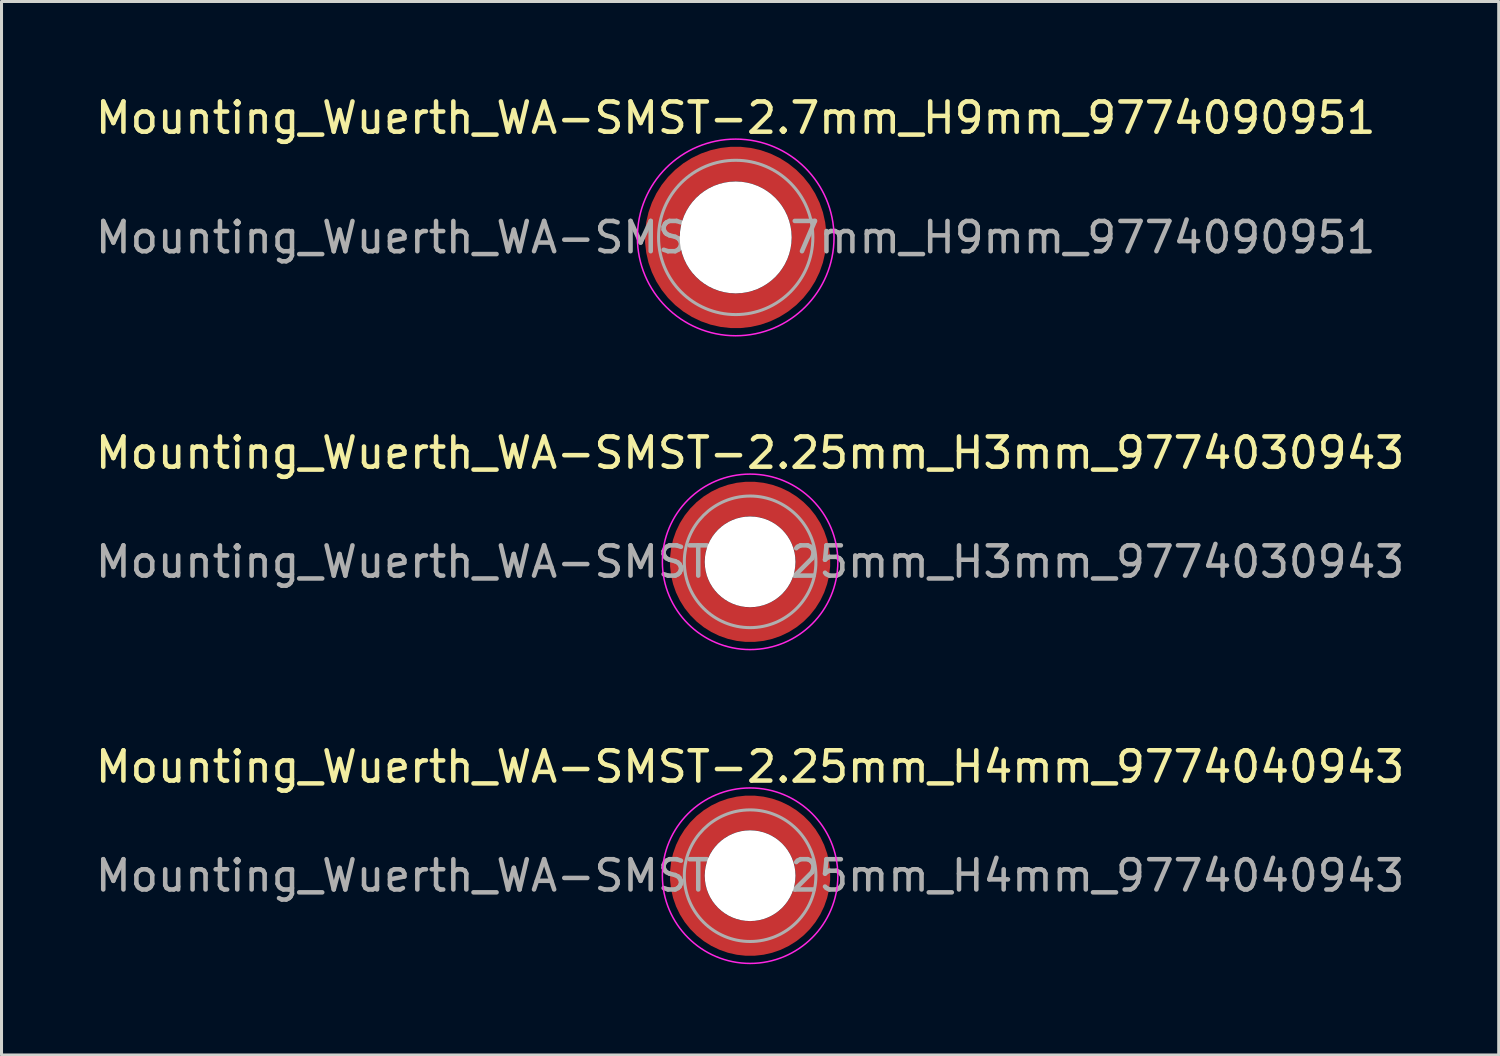
<source format=kicad_pcb>
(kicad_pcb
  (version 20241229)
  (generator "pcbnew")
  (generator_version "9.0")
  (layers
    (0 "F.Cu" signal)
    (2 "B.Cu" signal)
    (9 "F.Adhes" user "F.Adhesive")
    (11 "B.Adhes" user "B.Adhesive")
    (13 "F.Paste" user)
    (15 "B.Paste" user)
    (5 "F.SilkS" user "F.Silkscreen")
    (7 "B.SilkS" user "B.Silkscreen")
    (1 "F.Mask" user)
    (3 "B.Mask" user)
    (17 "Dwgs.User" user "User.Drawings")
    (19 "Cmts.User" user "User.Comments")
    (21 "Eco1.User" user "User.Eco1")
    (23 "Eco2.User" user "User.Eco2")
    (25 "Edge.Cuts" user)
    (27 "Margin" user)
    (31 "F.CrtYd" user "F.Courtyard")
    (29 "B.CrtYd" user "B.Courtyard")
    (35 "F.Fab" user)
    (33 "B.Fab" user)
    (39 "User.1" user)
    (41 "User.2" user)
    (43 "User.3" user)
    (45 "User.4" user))
  (footprint "Mounting_Wuerth_WA-SMST-2.25mm_H4mm_9774040943"
    (layer "F.Cu")
    (at 21.744 25.895)
    (property "Reference" "Mounting_Wuerth_WA-SMST-2.25mm_H4mm_9774040943" (at 0 -3.6 0) (layer "F.SilkS") (effects (font (size 1 1) (thickness 0.15))))
    (attr smd)
    (fp_circle (center 0 0) (end 2.9 0) (stroke (width 0.05) (type solid)) (fill no) (layer "F.CrtYd"))
    (fp_circle (center 0 0) (end 2.175 0) (stroke (width 0.1) (type solid)) (fill no) (layer "F.Fab"))
    (fp_text user "${REFERENCE}" (at 0 0 0) (layer "F.Fab") (effects (font (size 1 1) (thickness 0.15))))
    (pad "" smd custom (at -1.453 -1.453) (size 0.61 0.61) (layers "F.Paste") (options (anchor circle)) (primitives (gr_arc (start -0.147677 1.053104) (mid 0.285964 0.286792) (end 1.051968 -0.147393) (width 0.2)) (gr_arc (start -0.240295 1.053104) (mid 0.22253 0.222946) (end 1.052531 -0.24016) (width 0.2)) (gr_arc (start -0.332645 1.053104) (mid 0.158548 0.15965) (end 1.051583 -0.332304) (width 0.2)) (gr_arc (start -0.424767 1.053104) (mid 0.09486 0.096059) (end 1.051446 -0.424413) (width 0.2)) (gr_arc (start -0.516693 1.053104) (mid 0.031293 0.032346) (end 1.051645 -0.516396) (width 0.2)) (gr_arc (start -0.608448 1.053104) (mid -0.032323 -0.031316) (end 1.051707 -0.608176) (width 0.2)) (gr_arc (start -0.700056 1.053104) (mid -0.09616 -0.094758) (end 1.051155 -0.699693) (width 0.2)) (gr_arc (start -0.791534 1.053104) (mid -0.160388 -0.15781) (end 1.049515 -0.790891) (width 0.2)) (gr_arc (start -0.882896 1.053104) (mid -0.223713 -0.221764) (end 1.050388 -0.882429) (width 0.2)) (gr_arc (start -0.974157 1.053104) (mid -0.287654 -0.285101) (end 1.049541 -0.973567) (width 0.2)) (gr_line (start 1.053 -0.148) (end 1.053 -0.974) (width 0.2)) (gr_line (start -0.148 1.053) (end -0.974 1.053) (width 0.2))))
    (pad "" smd custom (at -1.453 1.453) (size 0.61 0.61) (layers "F.Paste") (options (anchor circle)) (primitives (gr_arc (start 1.053104 0.147677) (mid 0.286792 -0.285964) (end -0.147393 -1.051968) (width 0.2)) (gr_arc (start 1.053104 0.240295) (mid 0.222946 -0.22253) (end -0.24016 -1.052531) (width 0.2)) (gr_arc (start 1.053104 0.332645) (mid 0.15965 -0.158548) (end -0.332304 -1.051583) (width 0.2)) (gr_arc (start 1.053104 0.424767) (mid 0.096059 -0.09486) (end -0.424413 -1.051446) (width 0.2)) (gr_arc (start 1.053104 0.516693) (mid 0.032346 -0.031293) (end -0.516396 -1.051645) (width 0.2)) (gr_arc (start 1.053104 0.608448) (mid -0.031316 0.032323) (end -0.608176 -1.051707) (width 0.2)) (gr_arc (start 1.053104 0.700056) (mid -0.094758 0.09616) (end -0.699693 -1.051155) (width 0.2)) (gr_arc (start 1.053104 0.791534) (mid -0.15781 0.160388) (end -0.790891 -1.049515) (width 0.2)) (gr_arc (start 1.053104 0.882896) (mid -0.221764 0.223713) (end -0.882429 -1.050388) (width 0.2)) (gr_arc (start 1.053104 0.974157) (mid -0.285101 0.287654) (end -0.973567 -1.049541) (width 0.2)) (gr_line (start -0.148 -1.053) (end -0.974 -1.053) (width 0.2)) (gr_line (start 1.053 0.148) (end 1.053 0.974) (width 0.2))))
    (pad "" np_thru_hole circle (at 0 0) (size 3 3) (drill 3) (layers "*.Cu" "*.Mask"))
    (pad "" smd custom (at 1.453 -1.453) (size 0.61 0.61) (layers "F.Paste") (options (anchor circle)) (primitives (gr_arc (start -1.053104 -0.147677) (mid -0.286792 0.285964) (end 0.147393 1.051968) (width 0.2)) (gr_arc (start -1.053104 -0.240295) (mid -0.222946 0.22253) (end 0.24016 1.052531) (width 0.2)) (gr_arc (start -1.053104 -0.332645) (mid -0.15965 0.158548) (end 0.332304 1.051583) (width 0.2)) (gr_arc (start -1.053104 -0.424767) (mid -0.096059 0.09486) (end 0.424413 1.051446) (width 0.2)) (gr_arc (start -1.053104 -0.516693) (mid -0.032346 0.031293) (end 0.516396 1.051645) (width 0.2)) (gr_arc (start -1.053104 -0.608448) (mid 0.031316 -0.032323) (end 0.608176 1.051707) (width 0.2)) (gr_arc (start -1.053104 -0.700056) (mid 0.094758 -0.09616) (end 0.699693 1.051155) (width 0.2)) (gr_arc (start -1.053104 -0.791534) (mid 0.15781 -0.160388) (end 0.790891 1.049515) (width 0.2)) (gr_arc (start -1.053104 -0.882896) (mid 0.221764 -0.223713) (end 0.882429 1.050388) (width 0.2)) (gr_arc (start -1.053104 -0.974157) (mid 0.285101 -0.287654) (end 0.973567 1.049541) (width 0.2)) (gr_line (start 0.148 1.053) (end 0.974 1.053) (width 0.2)) (gr_line (start -1.053 -0.148) (end -1.053 -0.974) (width 0.2))))
    (pad "" smd custom (at 1.453 1.453) (size 0.61 0.61) (layers "F.Paste") (options (anchor circle)) (primitives (gr_arc (start 0.147677 -1.053104) (mid -0.285964 -0.286792) (end -1.051968 0.147393) (width 0.2)) (gr_arc (start 0.240295 -1.053104) (mid -0.22253 -0.222946) (end -1.052531 0.24016) (width 0.2)) (gr_arc (start 0.332645 -1.053104) (mid -0.158548 -0.15965) (end -1.051583 0.332304) (width 0.2)) (gr_arc (start 0.424767 -1.053104) (mid -0.09486 -0.096059) (end -1.051446 0.424413) (width 0.2)) (gr_arc (start 0.516693 -1.053104) (mid -0.031293 -0.032346) (end -1.051645 0.516396) (width 0.2)) (gr_arc (start 0.608448 -1.053104) (mid 0.032323 0.031316) (end -1.051707 0.608176) (width 0.2)) (gr_arc (start 0.700056 -1.053104) (mid 0.09616 0.094758) (end -1.051155 0.699693) (width 0.2)) (gr_arc (start 0.791534 -1.053104) (mid 0.160388 0.15781) (end -1.049515 0.790891) (width 0.2)) (gr_arc (start 0.882896 -1.053104) (mid 0.223713 0.221764) (end -1.050388 0.882429) (width 0.2)) (gr_arc (start 0.974157 -1.053104) (mid 0.287654 0.285101) (end -1.049541 0.973567) (width 0.2)) (gr_line (start -1.053 0.148) (end -1.053 0.974) (width 0.2)) (gr_line (start 0.148 -1.053) (end 0.974 -1.053) (width 0.2))))
    (pad "1" smd circle (at -2.075 0) (size 0.75 0.75) (layers "F.Cu"))
    (pad "1" smd circle (at 0 -2.075) (size 0.75 0.75) (layers "F.Cu"))
    (pad "1" smd circle (at 0 2.075) (size 0.75 0.75) (layers "F.Cu"))
    (pad "1" smd custom (at 2.075 0) (size 0.75 0.75) (layers "F.Cu" "F.Mask") (options (anchor circle)) (primitives (gr_circle (center -2.075 0) (end 0 0) (width 1.15) (fill no)))))
  (footprint "Mounting_Wuerth_WA-SMST-2.7mm_H9mm_9774090951"
    (layer "F.Cu")
    (at 21.268 4.798)
    (property "Reference" "Mounting_Wuerth_WA-SMST-2.7mm_H9mm_9774090951" (at 0 -3.95 0) (layer "F.SilkS") (effects (font (size 1 1) (thickness 0.15))))
    (attr smd)
    (fp_circle (center 0 0) (end 3.25 0) (stroke (width 0.05) (type solid)) (fill no) (layer "F.CrtYd"))
    (fp_circle (center 0 0) (end 2.55 0) (stroke (width 0.1) (type solid)) (fill no) (layer "F.Fab"))
    (fp_text user "${REFERENCE}" (at 0 0 0) (layer "F.Fab") (effects (font (size 1 1) (thickness 0.15))))
    (pad "" smd custom (at -1.704 -1.704) (size 0.62 0.62) (layers "F.Paste") (options (anchor circle)) (primitives (gr_arc (start -0.250195 1.279127) (mid 0.289146 0.290681) (end 1.277006 -0.249732) (width 0.2)) (gr_arc (start -0.34334 1.279127) (mid 0.224883 0.226093) (end 1.277452 -0.342992) (width 0.2)) (gr_arc (start -0.436309 1.279127) (mid 0.160537 0.16159) (end 1.277666 -0.436018) (width 0.2)) (gr_arc (start -0.529126 1.279127) (mid 0.095932 0.097343) (end 1.277167 -0.528752) (width 0.2)) (gr_arc (start -0.621807 1.279127) (mid 0.0309 0.033527) (end 1.275473 -0.621136) (width 0.2)) (gr_arc (start -0.71437 1.279127) (mid -0.03322 -0.031206) (end 1.276322 -0.713875) (width 0.2)) (gr_arc (start -0.806826 1.279127) (mid -0.097997 -0.095278) (end 1.275336 -0.806181) (width 0.2)) (gr_arc (start -0.899187 1.279127) (mid -0.161977 -0.160149) (end 1.276577 -0.898769) (width 0.2)) (gr_arc (start -0.991463 1.279127) (mid -0.226842 -0.224133) (end 1.275343 -0.990864) (width 0.2)) (gr_arc (start -1.083663 1.279127) (mid -0.291026 -0.288801) (end 1.276016 -1.083187) (width 0.2)) (gr_line (start 1.279 -0.25) (end 1.279 -1.084) (width 0.2)) (gr_line (start -0.25 1.279) (end -1.084 1.279) (width 0.2))))
    (pad "" smd custom (at -1.704 1.704) (size 0.62 0.62) (layers "F.Paste") (options (anchor circle)) (primitives (gr_arc (start 1.279127 0.250195) (mid 0.290681 -0.289146) (end -0.249732 -1.277006) (width 0.2)) (gr_arc (start 1.279127 0.34334) (mid 0.226093 -0.224883) (end -0.342992 -1.277452) (width 0.2)) (gr_arc (start 1.279127 0.436309) (mid 0.16159 -0.160537) (end -0.436018 -1.277666) (width 0.2)) (gr_arc (start 1.279127 0.529126) (mid 0.097343 -0.095932) (end -0.528752 -1.277167) (width 0.2)) (gr_arc (start 1.279127 0.621807) (mid 0.033527 -0.0309) (end -0.621136 -1.275473) (width 0.2)) (gr_arc (start 1.279127 0.71437) (mid -0.031206 0.03322) (end -0.713875 -1.276322) (width 0.2)) (gr_arc (start 1.279127 0.806826) (mid -0.095278 0.097997) (end -0.806181 -1.275336) (width 0.2)) (gr_arc (start 1.279127 0.899187) (mid -0.160149 0.161977) (end -0.898769 -1.276577) (width 0.2)) (gr_arc (start 1.279127 0.991463) (mid -0.224133 0.226842) (end -0.990864 -1.275343) (width 0.2)) (gr_arc (start 1.279127 1.083663) (mid -0.288801 0.291026) (end -1.083187 -1.276016) (width 0.2)) (gr_line (start -0.25 -1.279) (end -1.084 -1.279) (width 0.2)) (gr_line (start 1.279 0.25) (end 1.279 1.084) (width 0.2))))
    (pad "" np_thru_hole circle (at 0 0) (size 3.7 3.7) (drill 3.7) (layers "*.Cu" "*.Mask"))
    (pad "" smd custom (at 1.704 -1.704) (size 0.62 0.62) (layers "F.Paste") (options (anchor circle)) (primitives (gr_arc (start -1.279127 -0.250195) (mid -0.290681 0.289146) (end 0.249732 1.277006) (width 0.2)) (gr_arc (start -1.279127 -0.34334) (mid -0.226093 0.224883) (end 0.342992 1.277452) (width 0.2)) (gr_arc (start -1.279127 -0.436309) (mid -0.16159 0.160537) (end 0.436018 1.277666) (width 0.2)) (gr_arc (start -1.279127 -0.529126) (mid -0.097343 0.095932) (end 0.528752 1.277167) (width 0.2)) (gr_arc (start -1.279127 -0.621807) (mid -0.033527 0.0309) (end 0.621136 1.275473) (width 0.2)) (gr_arc (start -1.279127 -0.71437) (mid 0.031206 -0.03322) (end 0.713875 1.276322) (width 0.2)) (gr_arc (start -1.279127 -0.806826) (mid 0.095278 -0.097997) (end 0.806181 1.275336) (width 0.2)) (gr_arc (start -1.279127 -0.899187) (mid 0.160149 -0.161977) (end 0.898769 1.276577) (width 0.2)) (gr_arc (start -1.279127 -0.991463) (mid 0.224133 -0.226842) (end 0.990864 1.275343) (width 0.2)) (gr_arc (start -1.279127 -1.083663) (mid 0.288801 -0.291026) (end 1.083187 1.276016) (width 0.2)) (gr_line (start 0.25 1.279) (end 1.084 1.279) (width 0.2)) (gr_line (start -1.279 -0.25) (end -1.279 -1.084) (width 0.2))))
    (pad "" smd custom (at 1.704 1.704) (size 0.62 0.62) (layers "F.Paste") (options (anchor circle)) (primitives (gr_arc (start 0.250195 -1.279127) (mid -0.289146 -0.290681) (end -1.277006 0.249732) (width 0.2)) (gr_arc (start 0.34334 -1.279127) (mid -0.224883 -0.226093) (end -1.277452 0.342992) (width 0.2)) (gr_arc (start 0.436309 -1.279127) (mid -0.160537 -0.16159) (end -1.277666 0.436018) (width 0.2)) (gr_arc (start 0.529126 -1.279127) (mid -0.095932 -0.097343) (end -1.277167 0.528752) (width 0.2)) (gr_arc (start 0.621807 -1.279127) (mid -0.0309 -0.033527) (end -1.275473 0.621136) (width 0.2)) (gr_arc (start 0.71437 -1.279127) (mid 0.03322 0.031206) (end -1.276322 0.713875) (width 0.2)) (gr_arc (start 0.806826 -1.279127) (mid 0.097997 0.095278) (end -1.275336 0.806181) (width 0.2)) (gr_arc (start 0.899187 -1.279127) (mid 0.161977 0.160149) (end -1.276577 0.898769) (width 0.2)) (gr_arc (start 0.991463 -1.279127) (mid 0.226842 0.224133) (end -1.275343 0.990864) (width 0.2)) (gr_arc (start 1.083663 -1.279127) (mid 0.291026 0.288801) (end -1.276016 1.083187) (width 0.2)) (gr_line (start -1.279 0.25) (end -1.279 1.084) (width 0.2)) (gr_line (start 0.25 -1.279) (end 1.084 -1.279) (width 0.2))))
    (pad "1" smd circle (at -2.425 0) (size 0.75 0.75) (layers "F.Cu"))
    (pad "1" smd circle (at 0 -2.425) (size 0.75 0.75) (layers "F.Cu"))
    (pad "1" smd circle (at 0 2.425) (size 0.75 0.75) (layers "F.Cu"))
    (pad "1" smd custom (at 2.425 0) (size 0.75 0.75) (layers "F.Cu" "F.Mask") (options (anchor circle)) (primitives (gr_circle (center -2.425 0) (end 0 0) (width 1.15) (fill no)))))
  (footprint "Mounting_Wuerth_WA-SMST-2.25mm_H3mm_9774030943"
    (layer "F.Cu")
    (at 21.744 15.521)
    (property "Reference" "Mounting_Wuerth_WA-SMST-2.25mm_H3mm_9774030943" (at 0 -3.6 0) (layer "F.SilkS") (effects (font (size 1 1) (thickness 0.15))))
    (attr smd)
    (fp_circle (center 0 0) (end 2.9 0) (stroke (width 0.05) (type solid)) (fill no) (layer "F.CrtYd"))
    (fp_circle (center 0 0) (end 2.175 0) (stroke (width 0.1) (type solid)) (fill no) (layer "F.Fab"))
    (fp_text user "${REFERENCE}" (at 0 0 0) (layer "F.Fab") (effects (font (size 1 1) (thickness 0.15))))
    (pad "" smd custom (at -1.453 -1.453) (size 0.61 0.61) (layers "F.Paste") (options (anchor circle)) (primitives (gr_arc (start -0.147677 1.053104) (mid 0.285964 0.286792) (end 1.051968 -0.147393) (width 0.2)) (gr_arc (start -0.240295 1.053104) (mid 0.22253 0.222946) (end 1.052531 -0.24016) (width 0.2)) (gr_arc (start -0.332645 1.053104) (mid 0.158548 0.15965) (end 1.051583 -0.332304) (width 0.2)) (gr_arc (start -0.424767 1.053104) (mid 0.09486 0.096059) (end 1.051446 -0.424413) (width 0.2)) (gr_arc (start -0.516693 1.053104) (mid 0.031293 0.032346) (end 1.051645 -0.516396) (width 0.2)) (gr_arc (start -0.608448 1.053104) (mid -0.032323 -0.031316) (end 1.051707 -0.608176) (width 0.2)) (gr_arc (start -0.700056 1.053104) (mid -0.09616 -0.094758) (end 1.051155 -0.699693) (width 0.2)) (gr_arc (start -0.791534 1.053104) (mid -0.160388 -0.15781) (end 1.049515 -0.790891) (width 0.2)) (gr_arc (start -0.882896 1.053104) (mid -0.223713 -0.221764) (end 1.050388 -0.882429) (width 0.2)) (gr_arc (start -0.974157 1.053104) (mid -0.287654 -0.285101) (end 1.049541 -0.973567) (width 0.2)) (gr_line (start 1.053 -0.148) (end 1.053 -0.974) (width 0.2)) (gr_line (start -0.148 1.053) (end -0.974 1.053) (width 0.2))))
    (pad "" smd custom (at -1.453 1.453) (size 0.61 0.61) (layers "F.Paste") (options (anchor circle)) (primitives (gr_arc (start 1.053104 0.147677) (mid 0.286792 -0.285964) (end -0.147393 -1.051968) (width 0.2)) (gr_arc (start 1.053104 0.240295) (mid 0.222946 -0.22253) (end -0.24016 -1.052531) (width 0.2)) (gr_arc (start 1.053104 0.332645) (mid 0.15965 -0.158548) (end -0.332304 -1.051583) (width 0.2)) (gr_arc (start 1.053104 0.424767) (mid 0.096059 -0.09486) (end -0.424413 -1.051446) (width 0.2)) (gr_arc (start 1.053104 0.516693) (mid 0.032346 -0.031293) (end -0.516396 -1.051645) (width 0.2)) (gr_arc (start 1.053104 0.608448) (mid -0.031316 0.032323) (end -0.608176 -1.051707) (width 0.2)) (gr_arc (start 1.053104 0.700056) (mid -0.094758 0.09616) (end -0.699693 -1.051155) (width 0.2)) (gr_arc (start 1.053104 0.791534) (mid -0.15781 0.160388) (end -0.790891 -1.049515) (width 0.2)) (gr_arc (start 1.053104 0.882896) (mid -0.221764 0.223713) (end -0.882429 -1.050388) (width 0.2)) (gr_arc (start 1.053104 0.974157) (mid -0.285101 0.287654) (end -0.973567 -1.049541) (width 0.2)) (gr_line (start -0.148 -1.053) (end -0.974 -1.053) (width 0.2)) (gr_line (start 1.053 0.148) (end 1.053 0.974) (width 0.2))))
    (pad "" np_thru_hole circle (at 0 0) (size 3 3) (drill 3) (layers "*.Cu" "*.Mask"))
    (pad "" smd custom (at 1.453 -1.453) (size 0.61 0.61) (layers "F.Paste") (options (anchor circle)) (primitives (gr_arc (start -1.053104 -0.147677) (mid -0.286792 0.285964) (end 0.147393 1.051968) (width 0.2)) (gr_arc (start -1.053104 -0.240295) (mid -0.222946 0.22253) (end 0.24016 1.052531) (width 0.2)) (gr_arc (start -1.053104 -0.332645) (mid -0.15965 0.158548) (end 0.332304 1.051583) (width 0.2)) (gr_arc (start -1.053104 -0.424767) (mid -0.096059 0.09486) (end 0.424413 1.051446) (width 0.2)) (gr_arc (start -1.053104 -0.516693) (mid -0.032346 0.031293) (end 0.516396 1.051645) (width 0.2)) (gr_arc (start -1.053104 -0.608448) (mid 0.031316 -0.032323) (end 0.608176 1.051707) (width 0.2)) (gr_arc (start -1.053104 -0.700056) (mid 0.094758 -0.09616) (end 0.699693 1.051155) (width 0.2)) (gr_arc (start -1.053104 -0.791534) (mid 0.15781 -0.160388) (end 0.790891 1.049515) (width 0.2)) (gr_arc (start -1.053104 -0.882896) (mid 0.221764 -0.223713) (end 0.882429 1.050388) (width 0.2)) (gr_arc (start -1.053104 -0.974157) (mid 0.285101 -0.287654) (end 0.973567 1.049541) (width 0.2)) (gr_line (start 0.148 1.053) (end 0.974 1.053) (width 0.2)) (gr_line (start -1.053 -0.148) (end -1.053 -0.974) (width 0.2))))
    (pad "" smd custom (at 1.453 1.453) (size 0.61 0.61) (layers "F.Paste") (options (anchor circle)) (primitives (gr_arc (start 0.147677 -1.053104) (mid -0.285964 -0.286792) (end -1.051968 0.147393) (width 0.2)) (gr_arc (start 0.240295 -1.053104) (mid -0.22253 -0.222946) (end -1.052531 0.24016) (width 0.2)) (gr_arc (start 0.332645 -1.053104) (mid -0.158548 -0.15965) (end -1.051583 0.332304) (width 0.2)) (gr_arc (start 0.424767 -1.053104) (mid -0.09486 -0.096059) (end -1.051446 0.424413) (width 0.2)) (gr_arc (start 0.516693 -1.053104) (mid -0.031293 -0.032346) (end -1.051645 0.516396) (width 0.2)) (gr_arc (start 0.608448 -1.053104) (mid 0.032323 0.031316) (end -1.051707 0.608176) (width 0.2)) (gr_arc (start 0.700056 -1.053104) (mid 0.09616 0.094758) (end -1.051155 0.699693) (width 0.2)) (gr_arc (start 0.791534 -1.053104) (mid 0.160388 0.15781) (end -1.049515 0.790891) (width 0.2)) (gr_arc (start 0.882896 -1.053104) (mid 0.223713 0.221764) (end -1.050388 0.882429) (width 0.2)) (gr_arc (start 0.974157 -1.053104) (mid 0.287654 0.285101) (end -1.049541 0.973567) (width 0.2)) (gr_line (start -1.053 0.148) (end -1.053 0.974) (width 0.2)) (gr_line (start 0.148 -1.053) (end 0.974 -1.053) (width 0.2))))
    (pad "1" smd circle (at -2.075 0) (size 0.75 0.75) (layers "F.Cu"))
    (pad "1" smd circle (at 0 -2.075) (size 0.75 0.75) (layers "F.Cu"))
    (pad "1" smd circle (at 0 2.075) (size 0.75 0.75) (layers "F.Cu"))
    (pad "1" smd custom (at 2.075 0) (size 0.75 0.75) (layers "F.Cu" "F.Mask") (options (anchor circle)) (primitives (gr_circle (center -2.075 0) (end 0 0) (width 1.15) (fill no)))))
  (gr_rect
    (start -3 -3)
    (end 46.488 31.82)
    (stroke (width 0.1) (type default))
    (fill no)
    (layer "Edge.Cuts")))
</source>
